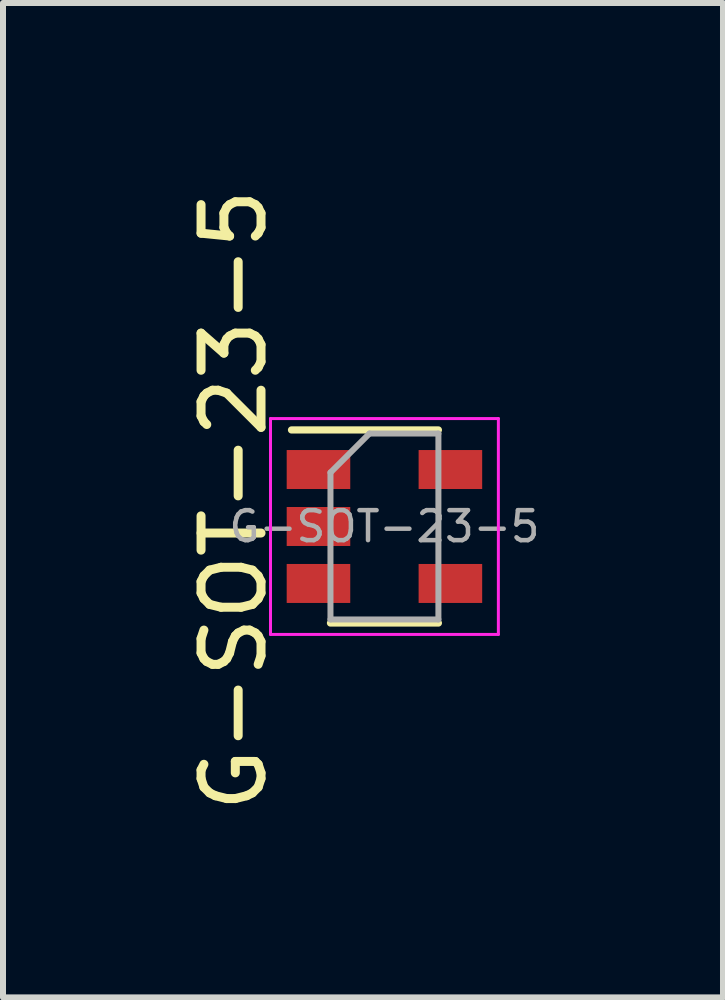
<source format=kicad_pcb>
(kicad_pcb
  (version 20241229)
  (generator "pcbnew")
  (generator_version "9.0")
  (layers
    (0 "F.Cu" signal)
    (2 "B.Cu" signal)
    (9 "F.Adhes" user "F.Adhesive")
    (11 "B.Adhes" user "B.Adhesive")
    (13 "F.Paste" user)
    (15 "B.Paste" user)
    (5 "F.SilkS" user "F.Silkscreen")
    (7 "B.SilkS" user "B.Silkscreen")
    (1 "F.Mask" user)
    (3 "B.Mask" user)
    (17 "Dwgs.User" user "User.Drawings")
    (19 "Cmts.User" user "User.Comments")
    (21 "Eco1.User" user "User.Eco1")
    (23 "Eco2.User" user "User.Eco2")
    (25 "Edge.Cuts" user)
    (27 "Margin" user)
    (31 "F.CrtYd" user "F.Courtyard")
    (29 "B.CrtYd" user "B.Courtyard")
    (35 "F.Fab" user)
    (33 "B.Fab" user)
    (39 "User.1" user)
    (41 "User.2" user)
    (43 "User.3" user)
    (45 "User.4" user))
  (footprint "G-SOT-23-5"
    (layer "F.Cu")
    (at 3.361 5.73)
    (property "Reference" "G-SOT-23-5" (at -2.513 -0.439 270) (layer "F.SilkS") (effects (font (size 1 1) (thickness 0.15))))
    (attr smd)
    (fp_line (start -0.9 1.61) (end 0.9 1.61) (stroke (width 0.12) (type solid)) (layer "F.SilkS"))
    (fp_line (start 0.9 -1.61) (end -1.55 -1.61) (stroke (width 0.12) (type solid)) (layer "F.SilkS"))
    (fp_line (start -1.9 -1.8) (end 1.9 -1.8) (stroke (width 0.05) (type solid)) (layer "F.CrtYd"))
    (fp_line (start -1.9 1.8) (end -1.9 -1.8) (stroke (width 0.05) (type solid)) (layer "F.CrtYd"))
    (fp_line (start 1.9 -1.8) (end 1.9 1.8) (stroke (width 0.05) (type solid)) (layer "F.CrtYd"))
    (fp_line (start 1.9 1.8) (end -1.9 1.8) (stroke (width 0.05) (type solid)) (layer "F.CrtYd"))
    (fp_line (start -0.9 -0.9) (end -0.9 1.55) (stroke (width 0.1) (type solid)) (layer "F.Fab"))
    (fp_line (start -0.9 -0.9) (end -0.25 -1.55) (stroke (width 0.1) (type solid)) (layer "F.Fab"))
    (fp_line (start 0.9 -1.55) (end -0.25 -1.55) (stroke (width 0.1) (type solid)) (layer "F.Fab"))
    (fp_line (start 0.9 -1.55) (end 0.9 1.55) (stroke (width 0.1) (type solid)) (layer "F.Fab"))
    (fp_line (start 0.9 1.55) (end -0.9 1.55) (stroke (width 0.1) (type solid)) (layer "F.Fab"))
    (fp_text user "${REFERENCE}" (at 0 0 0) (layer "F.Fab") (effects (font (size 0.5 0.5) (thickness 0.075))))
    (pad "1" smd rect (at -1.1 -0.95) (size 1.06 0.65) (layers "F.Cu" "F.Mask" "F.Paste"))
    (pad "2" smd rect (at -1.1 0) (size 1.06 0.65) (layers "F.Cu" "F.Mask" "F.Paste"))
    (pad "3" smd rect (at -1.1 0.95) (size 1.06 0.65) (layers "F.Cu" "F.Mask" "F.Paste"))
    (pad "4" smd rect (at 1.1 0.95) (size 1.06 0.65) (layers "F.Cu" "F.Mask" "F.Paste"))
    (pad "5" smd rect (at 1.1 -0.95) (size 1.06 0.65) (layers "F.Cu" "F.Mask" "F.Paste")))
  (gr_rect
    (start -3 -3)
    (end 9.007 13.583)
    (stroke (width 0.1) (type default))
    (fill no)
    (layer "Edge.Cuts")))
</source>
